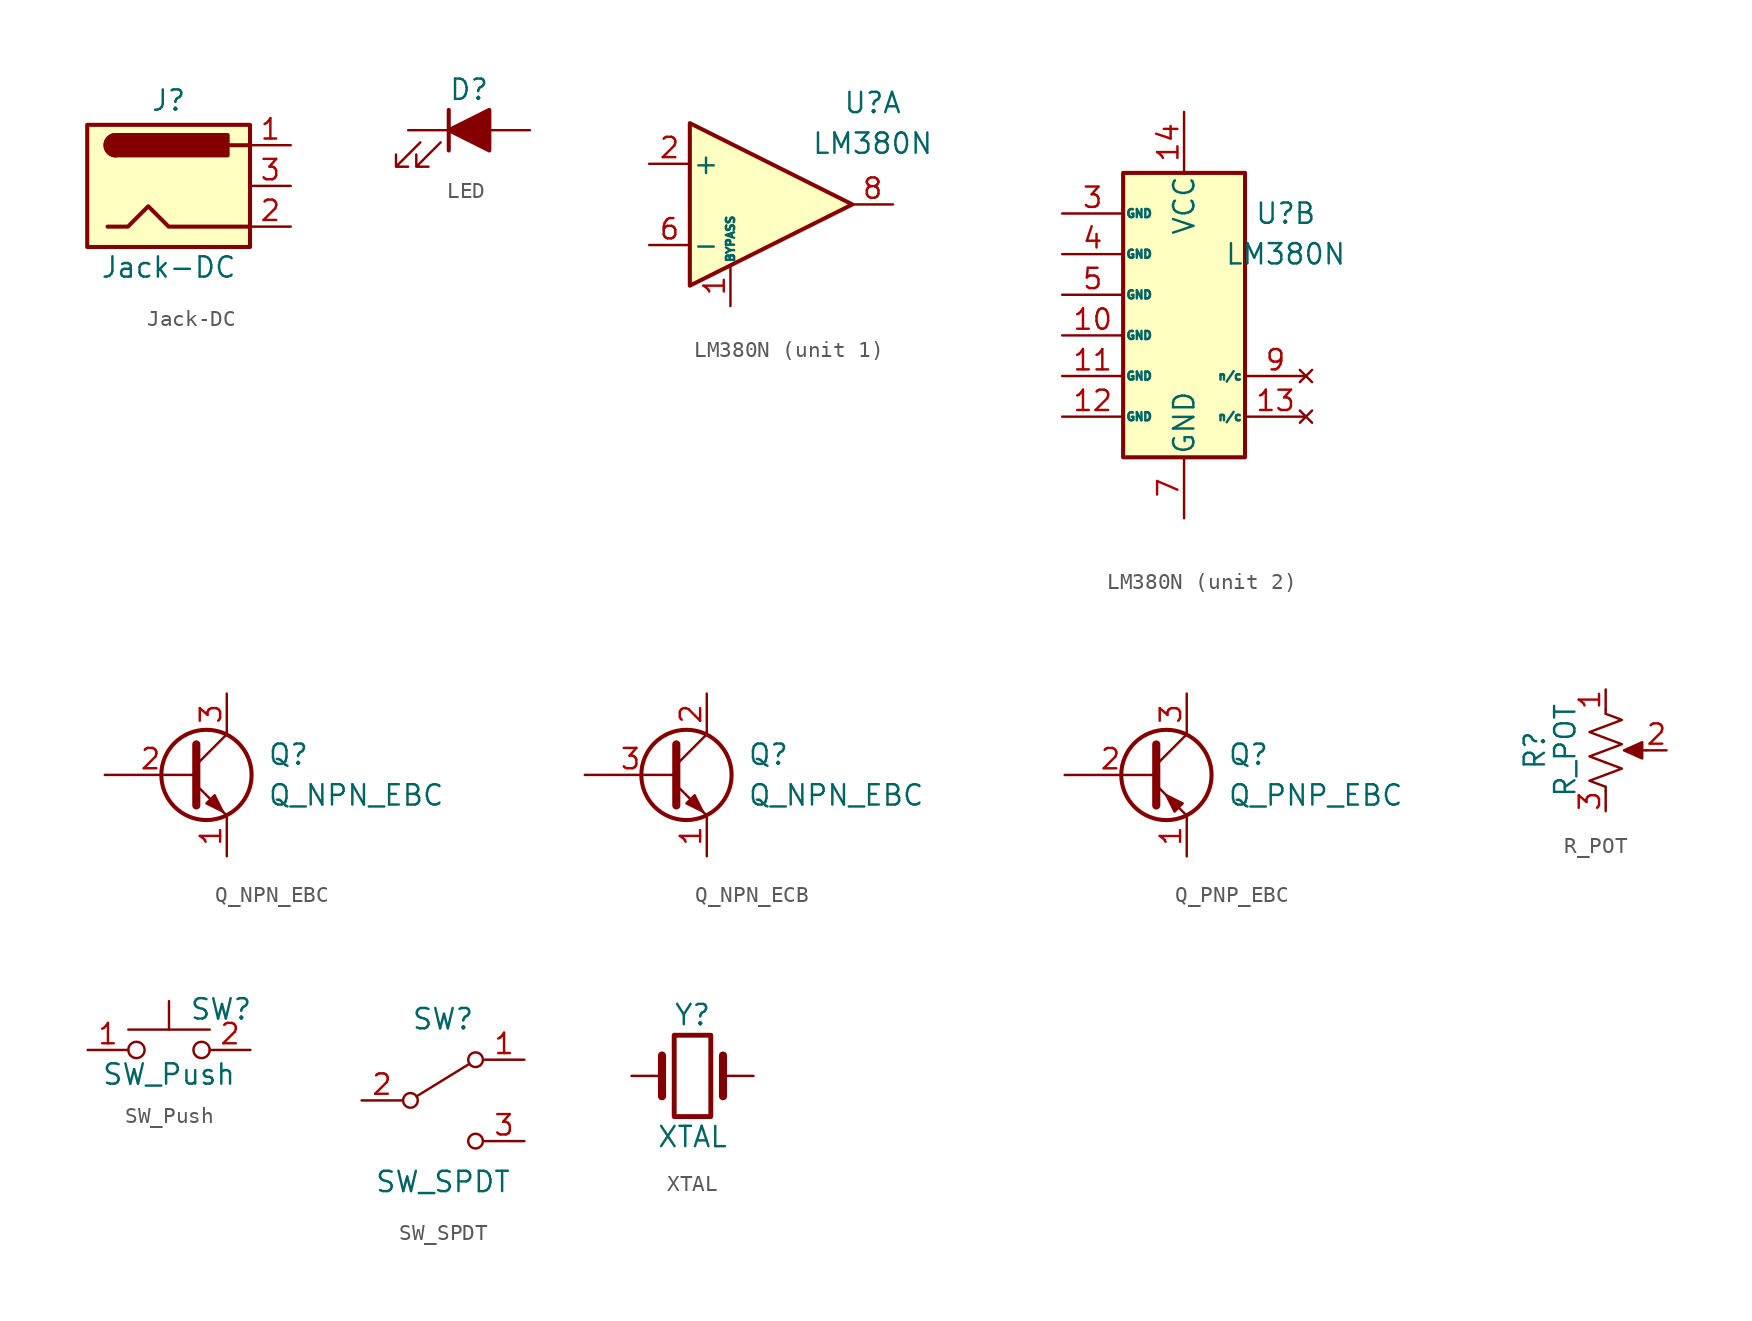
<source format=kicad_sym>
(kicad_symbol_lib
  (version 20241209)
  (generator "kicad_symbol_editor")
  (generator_version "9.0")
  (symbol "Jack-DC"
    (pin_names
      (offset 1.016))
    (property "Reference" "J"
      (at 0 5.334 0)
      (effects (font (size 1.27 1.27))))
    (property "Value" "Jack-DC"
      (at 0 -5.08 0)
      (effects (font (size 1.27 1.27))))
    (symbol "Jack-DC_0_1"
      (rectangle (start -5.08 3.81) (end 5.08 -3.81) (stroke (width 0.254) (type default)) (fill (type background)))
      (polyline (pts (xy -3.81 -2.54) (xy -2.54 -2.54) (xy -1.27 -1.27) (xy 0 -2.54) (xy 2.54 -2.54) (xy 5.08 -2.54)) (stroke (width 0.254) (type default)) (fill (type none)))
      (arc (start -3.302 1.905) (mid -3.9343 2.54) (end -3.302 3.175) (stroke (width 0.254) (type default)) (fill (type none)))
      (arc (start -3.302 1.905) (mid -3.9343 2.54) (end -3.302 3.175) (stroke (width 0.254) (type default)) (fill (type outline)))
      (rectangle (start 3.683 3.175) (end -3.302 1.905) (stroke (width 0.254) (type default)) (fill (type outline)))
      (polyline (pts (xy 5.08 2.54) (xy 3.81 2.54)) (stroke (width 0.254) (type default)) (fill (type none))))
    (symbol "Jack-DC_1_1"
      (pin passive line (at 7.62 2.54 180) (length 2.54) (name "~" (effects (font (size 1.27 1.27)))) (number "1" (effects (font (size 1.27 1.27)))))
      (pin passive line (at 7.62 0 180) (length 2.54) (name "~" (effects (font (size 1.27 1.27)))) (number "3" (effects (font (size 1.27 1.27)))))
      (pin passive line (at 7.62 -2.54 180) (length 2.54) (name "~" (effects (font (size 1.27 1.27)))) (number "2" (effects (font (size 1.27 1.27)))))))
  (symbol "LED"
    (pin_numbers
      (hide yes))
    (pin_names
      (offset 1.016)
      (hide yes))
    (property "Reference" "D"
      (at 0 2.54 0)
      (effects (font (size 1.27 1.27))))
    (symbol "LED_0_1"
      (polyline (pts (xy -3.048 -0.762) (xy -4.572 -2.286) (xy -3.81 -2.286) (xy -4.572 -2.286) (xy -4.572 -1.524)) (stroke (width 0) (type default)) (fill (type none)))
      (polyline (pts (xy -1.778 -0.762) (xy -3.302 -2.286) (xy -2.54 -2.286) (xy -3.302 -2.286) (xy -3.302 -1.524)) (stroke (width 0) (type default)) (fill (type none)))
      (polyline (pts (xy -1.27 0) (xy 1.27 0)) (stroke (width 0) (type default)) (fill (type none)))
      (polyline (pts (xy -1.27 -1.27) (xy -1.27 1.27)) (stroke (width 0.254) (type default)) (fill (type none)))
      (polyline (pts (xy 1.27 -1.27) (xy 1.27 1.27) (xy -1.27 0) (xy 1.27 -1.27)) (stroke (width 0.254) (type default)) (fill (type outline))))
    (symbol "LED_1_1"
      (pin passive line (at -3.81 0 0) (length 2.54) (name "K" (effects (font (size 1.27 1.27)))) (number "1" (effects (font (size 1.27 1.27)))))
      (pin passive line (at 3.81 0 180) (length 2.54) (name "A" (effects (font (size 1.27 1.27)))) (number "2" (effects (font (size 1.27 1.27)))))))
  (symbol "LM380N"
    (pin_names
      (offset 0.127))
    (property "Reference" "U"
      (at 6.35 6.35 0)
      (effects (font (size 1.27 1.27))))
    (property "Value" "LM380N"
      (at 6.35 3.81 0)
      (effects (font (size 1.27 1.27))))
    (property "ki_locked" ""
      (at 0 0 0)
      (effects (font (size 1.27 1.27))))
    (symbol "LM380N_1_1"
      (polyline (pts (xy -5.08 5.08) (xy 5.08 0) (xy -5.08 -5.08) (xy -5.08 5.08)) (stroke (width 0.254) (type default)) (fill (type background)))
      (pin input line (at -7.62 2.54 0) (length 2.54) (name "+" (effects (font (size 1.27 1.27)))) (number "2" (effects (font (size 1.27 1.27)))))
      (pin input line (at -7.62 -2.54 0) (length 2.54) (name "-" (effects (font (size 1.27 1.27)))) (number "6" (effects (font (size 1.27 1.27)))))
      (pin passive line (at -2.54 -6.35 90) (length 2.54) (name "BYPASS" (effects (font (size 0.508 0.508)))) (number "1" (effects (font (size 1.27 1.27)))))
      (pin output line (at 7.62 0 180) (length 2.54) (name "~" (effects (font (size 1.27 1.27)))) (number "8" (effects (font (size 1.27 1.27))))))
    (symbol "LM380N_2_0"
      (pin power_in line (at 0 12.7 270) (length 3.81) (name "VCC" (effects (font (size 1.27 1.27)))) (number "14" (effects (font (size 1.27 1.27)))))
      (pin power_in line (at 0 -12.7 90) (length 3.81) (name "GND" (effects (font (size 1.27 1.27)))) (number "7" (effects (font (size 1.27 1.27))))))
    (symbol "LM380N_2_1"
      (rectangle (start -3.81 8.89) (end 3.81 -8.89) (stroke (width 0.254) (type default)) (fill (type background)))
      (pin power_in line (at -7.62 6.35 0) (length 3.81) (name "GND" (effects (font (size 0.508 0.508)))) (number "3" (effects (font (size 1.27 1.27)))))
      (pin power_in line (at -7.62 3.81 0) (length 3.81) (name "GND" (effects (font (size 0.508 0.508)))) (number "4" (effects (font (size 1.27 1.27)))))
      (pin power_in line (at -7.62 1.27 0) (length 3.81) (name "GND" (effects (font (size 0.508 0.508)))) (number "5" (effects (font (size 1.27 1.27)))))
      (pin power_in line (at -7.62 -1.27 0) (length 3.81) (name "GND" (effects (font (size 0.508 0.508)))) (number "10" (effects (font (size 1.27 1.27)))))
      (pin power_in line (at -7.62 -3.81 0) (length 3.81) (name "GND" (effects (font (size 0.508 0.508)))) (number "11" (effects (font (size 1.27 1.27)))))
      (pin power_in line (at -7.62 -6.35 0) (length 3.81) (name "GND" (effects (font (size 0.508 0.508)))) (number "12" (effects (font (size 1.27 1.27)))))
      (pin no_connect line (at 7.62 -3.81 180) (length 3.81) (name "n/c" (effects (font (size 0.508 0.508)))) (number "9" (effects (font (size 1.27 1.27)))))
      (pin no_connect line (at 7.62 -6.35 180) (length 3.81) (name "n/c" (effects (font (size 0.508 0.508)))) (number "13" (effects (font (size 1.27 1.27)))))))
  (symbol "Q_NPN_EBC"
    (pin_names
      (offset 0)
      (hide yes))
    (property "Reference" "Q"
      (at 5.08 1.27 0)
      (effects (font (size 1.27 1.27)) (justify left)))
    (property "Value" "Q_NPN_EBC"
      (at 5.08 -1.27 0)
      (effects (font (size 1.27 1.27)) (justify left)))
    (symbol "Q_NPN_EBC_0_1"
      (polyline (pts (xy 0.635 1.905) (xy 0.635 -1.905) (xy 0.635 -1.905)) (stroke (width 0.508) (type default)) (fill (type none)))
      (polyline (pts (xy 0.635 0.635) (xy 2.54 2.54)) (stroke (width 0) (type default)) (fill (type none)))
      (polyline (pts (xy 0.635 -0.635) (xy 2.54 -2.54) (xy 2.54 -2.54)) (stroke (width 0) (type default)) (fill (type none)))
      (circle (center 1.27 0) (radius 2.819) (stroke (width 0.254) (type default)) (fill (type none)))
      (polyline (pts (xy 1.27 -1.778) (xy 1.778 -1.27) (xy 2.286 -2.286) (xy 1.27 -1.778) (xy 1.27 -1.778)) (stroke (width 0) (type default)) (fill (type outline))))
    (symbol "Q_NPN_EBC_1_1"
      (pin input line (at -5.08 0 0) (length 5.715) (name "B" (effects (font (size 1.27 1.27)))) (number "2" (effects (font (size 1.27 1.27)))))
      (pin passive line (at 2.54 5.08 270) (length 2.54) (name "C" (effects (font (size 1.27 1.27)))) (number "3" (effects (font (size 1.27 1.27)))))
      (pin passive line (at 2.54 -5.08 90) (length 2.54) (name "E" (effects (font (size 1.27 1.27)))) (number "1" (effects (font (size 1.27 1.27)))))))
  (symbol "Q_NPN_ECB"
    (pin_names
      (offset 0)
      (hide yes))
    (property "Reference" "Q"
      (at 5.08 1.27 0)
      (effects (font (size 1.27 1.27)) (justify left)))
    (property "Value" "Q_NPN_EBC"
      (at 5.08 -1.27 0)
      (effects (font (size 1.27 1.27)) (justify left)))
    (symbol "Q_NPN_ECB_0_1"
      (polyline (pts (xy 0.635 1.905) (xy 0.635 -1.905) (xy 0.635 -1.905)) (stroke (width 0.508) (type default)) (fill (type none)))
      (polyline (pts (xy 0.635 0.635) (xy 2.54 2.54)) (stroke (width 0) (type default)) (fill (type none)))
      (polyline (pts (xy 0.635 -0.635) (xy 2.54 -2.54) (xy 2.54 -2.54)) (stroke (width 0) (type default)) (fill (type none)))
      (circle (center 1.27 0) (radius 2.819) (stroke (width 0.254) (type default)) (fill (type none)))
      (polyline (pts (xy 1.27 -1.778) (xy 1.778 -1.27) (xy 2.286 -2.286) (xy 1.27 -1.778) (xy 1.27 -1.778)) (stroke (width 0) (type default)) (fill (type outline))))
    (symbol "Q_NPN_ECB_1_1"
      (pin input line (at -5.08 0 0) (length 5.715) (name "B" (effects (font (size 1.27 1.27)))) (number "3" (effects (font (size 1.27 1.27)))))
      (pin passive line (at 2.54 5.08 270) (length 2.54) (name "C" (effects (font (size 1.27 1.27)))) (number "2" (effects (font (size 1.27 1.27)))))
      (pin passive line (at 2.54 -5.08 90) (length 2.54) (name "E" (effects (font (size 1.27 1.27)))) (number "1" (effects (font (size 1.27 1.27)))))))
  (symbol "Q_PNP_EBC"
    (pin_names
      (offset 0)
      (hide yes))
    (property "Reference" "Q"
      (at 5.08 1.27 0)
      (effects (font (size 1.27 1.27)) (justify left)))
    (property "Value" "Q_PNP_EBC"
      (at 5.08 -1.27 0)
      (effects (font (size 1.27 1.27)) (justify left)))
    (symbol "Q_PNP_EBC_0_1"
      (polyline (pts (xy 0.635 1.905) (xy 0.635 -1.905) (xy 0.635 -1.905)) (stroke (width 0.508) (type default)) (fill (type none)))
      (polyline (pts (xy 0.635 0.635) (xy 2.54 2.54)) (stroke (width 0) (type default)) (fill (type none)))
      (polyline (pts (xy 0.635 -0.635) (xy 2.54 -2.54) (xy 2.54 -2.54)) (stroke (width 0) (type default)) (fill (type none)))
      (circle (center 1.27 0) (radius 2.819) (stroke (width 0.254) (type default)) (fill (type none)))
      (polyline (pts (xy 2.286 -1.778) (xy 1.778 -2.286) (xy 1.27 -1.27) (xy 2.286 -1.778) (xy 2.286 -1.778)) (stroke (width 0) (type default)) (fill (type outline))))
    (symbol "Q_PNP_EBC_1_1"
      (pin input line (at -5.08 0 0) (length 5.715) (name "B" (effects (font (size 1.27 1.27)))) (number "2" (effects (font (size 1.27 1.27)))))
      (pin passive line (at 2.54 5.08 270) (length 2.54) (name "C" (effects (font (size 1.27 1.27)))) (number "3" (effects (font (size 1.27 1.27)))))
      (pin passive line (at 2.54 -5.08 90) (length 2.54) (name "E" (effects (font (size 1.27 1.27)))) (number "1" (effects (font (size 1.27 1.27)))))))
  (symbol "R_POT"
    (pin_names
      (offset 1.016)
      (hide yes))
    (property "Reference" "R"
      (at -4.445 0 90)
      (effects (font (size 1.27 1.27))))
    (property "Value" "R_POT"
      (at -2.54 0 90)
      (effects (font (size 1.27 1.27))))
    (symbol "R_POT_0_1"
      (polyline (pts (xy 0 2.54) (xy 0 2.286)) (stroke (width 0) (type default)) (fill (type none)))
      (polyline (pts (xy 0 2.286) (xy 1.016 1.905) (xy 0 1.524) (xy -1.016 1.143) (xy 0 0.762)) (stroke (width 0) (type default)) (fill (type none)))
      (polyline (pts (xy 0 0.762) (xy 1.016 0.381) (xy 0 0) (xy -1.016 -0.381) (xy 0 -0.762)) (stroke (width 0) (type default)) (fill (type none)))
      (polyline (pts (xy 0 -0.762) (xy 1.016 -1.143) (xy 0 -1.524) (xy -1.016 -1.905) (xy 0 -2.286)) (stroke (width 0) (type default)) (fill (type none)))
      (polyline (pts (xy 0 -2.286) (xy 0 -2.54)) (stroke (width 0) (type default)) (fill (type none)))
      (polyline (pts (xy 1.143 0) (xy 2.286 0.508) (xy 2.286 -0.508) (xy 1.143 0)) (stroke (width 0) (type default)) (fill (type outline)))
      (polyline (pts (xy 2.54 0) (xy 1.524 0)) (stroke (width 0) (type default)) (fill (type none))))
    (symbol "R_POT_1_1"
      (pin passive line (at 0 3.81 270) (length 1.27) (name "1" (effects (font (size 1.27 1.27)))) (number "1" (effects (font (size 1.27 1.27)))))
      (pin passive line (at 0 -3.81 90) (length 1.27) (name "3" (effects (font (size 1.27 1.27)))) (number "3" (effects (font (size 1.27 1.27)))))
      (pin passive line (at 3.81 0 180) (length 1.27) (name "2" (effects (font (size 1.27 1.27)))) (number "2" (effects (font (size 1.27 1.27)))))))
  (symbol "SW_Push"
    (pin_names
      (offset 1.016)
      (hide yes))
    (property "Reference" "SW"
      (at 1.27 2.54 0)
      (effects (font (size 1.27 1.27)) (justify left)))
    (property "Value" "SW_Push"
      (at 0 -1.524 0)
      (effects (font (size 1.27 1.27))))
    (symbol "SW_Push_0_1"
      (circle (center -2.032 0) (radius 0.508) (stroke (width 0) (type default)) (fill (type none)))
      (polyline (pts (xy 0 1.27) (xy 0 3.048)) (stroke (width 0) (type default)) (fill (type none)))
      (circle (center 2.032 0) (radius 0.508) (stroke (width 0) (type default)) (fill (type none)))
      (polyline (pts (xy 2.54 1.27) (xy -2.54 1.27)) (stroke (width 0) (type default)) (fill (type none))))
    (symbol "SW_Push_1_1"
      (pin passive line (at -5.08 0 0) (length 2.54) (name "C" (effects (font (size 1.27 1.27)))) (number "1" (effects (font (size 1.27 1.27)))))
      (pin passive line (at 5.08 0 180) (length 2.54) (name "D" (effects (font (size 1.27 1.27)))) (number "2" (effects (font (size 1.27 1.27)))))))
  (symbol "SW_SPDT"
    (pin_names
      (offset 0)
      (hide yes))
    (property "Reference" "SW"
      (at 0 5.08 0)
      (effects (font (size 1.27 1.27))))
    (property "Value" "SW_SPDT"
      (at 0 -5.08 0)
      (effects (font (size 1.27 1.27))))
    (symbol "SW_SPDT_0_1"
      (circle (center -2.032 0) (radius 0.457) (stroke (width 0) (type default)) (fill (type none)))
      (polyline (pts (xy -1.651 0.254) (xy 1.651 2.286)) (stroke (width 0) (type default)) (fill (type none)))
      (circle (center 2.032 2.54) (radius 0.457) (stroke (width 0) (type default)) (fill (type none)))
      (circle (center 2.032 -2.54) (radius 0.457) (stroke (width 0) (type default)) (fill (type none))))
    (symbol "SW_SPDT_1_1"
      (pin passive line (at -5.08 0 0) (length 2.54) (name "B" (effects (font (size 1.27 1.27)))) (number "2" (effects (font (size 1.27 1.27)))))
      (pin passive line (at 5.08 2.54 180) (length 2.54) (name "A" (effects (font (size 1.27 1.27)))) (number "1" (effects (font (size 1.27 1.27)))))
      (pin passive line (at 5.08 -2.54 180) (length 2.54) (name "C" (effects (font (size 1.27 1.27)))) (number "3" (effects (font (size 1.27 1.27)))))))
  (symbol "XTAL"
    (pin_numbers
      (hide yes))
    (pin_names
      (offset 1.016)
      (hide yes))
    (property "Reference" "Y"
      (at 0 3.81 0)
      (effects (font (size 1.27 1.27))))
    (property "Value" "XTAL"
      (at 0 -3.81 0)
      (effects (font (size 1.27 1.27))))
    (symbol "XTAL_0_1"
      (polyline (pts (xy -2.54 0) (xy -1.905 0)) (stroke (width 0) (type default)) (fill (type none)))
      (polyline (pts (xy -1.905 -1.27) (xy -1.905 1.27)) (stroke (width 0.508) (type default)) (fill (type none)))
      (rectangle (start -1.143 2.54) (end 1.143 -2.54) (stroke (width 0.305) (type default)) (fill (type none)))
      (polyline (pts (xy 1.905 -1.27) (xy 1.905 1.27)) (stroke (width 0.508) (type default)) (fill (type none)))
      (polyline (pts (xy 2.54 0) (xy 1.905 0)) (stroke (width 0) (type default)) (fill (type none))))
    (symbol "XTAL_1_1"
      (pin passive line (at -3.81 0 0) (length 1.27) (name "1" (effects (font (size 1.27 1.27)))) (number "1" (effects (font (size 1.27 1.27)))))
      (pin passive line (at 3.81 0 180) (length 1.27) (name "2" (effects (font (size 1.27 1.27)))) (number "2" (effects (font (size 1.27 1.27))))))))
</source>
